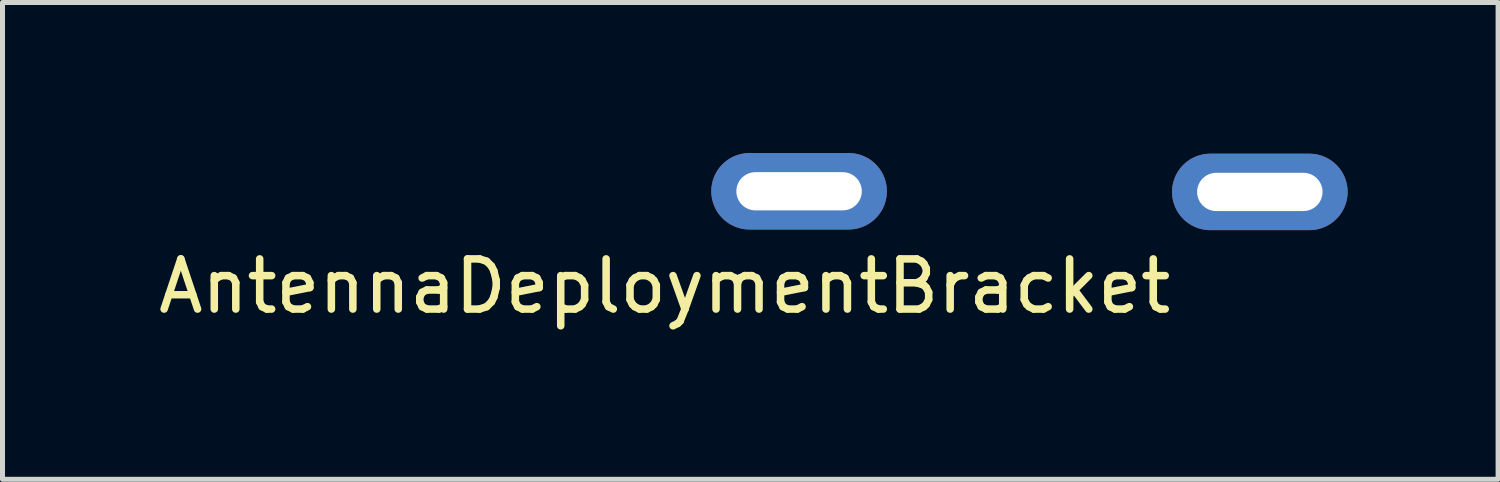
<source format=kicad_pcb>
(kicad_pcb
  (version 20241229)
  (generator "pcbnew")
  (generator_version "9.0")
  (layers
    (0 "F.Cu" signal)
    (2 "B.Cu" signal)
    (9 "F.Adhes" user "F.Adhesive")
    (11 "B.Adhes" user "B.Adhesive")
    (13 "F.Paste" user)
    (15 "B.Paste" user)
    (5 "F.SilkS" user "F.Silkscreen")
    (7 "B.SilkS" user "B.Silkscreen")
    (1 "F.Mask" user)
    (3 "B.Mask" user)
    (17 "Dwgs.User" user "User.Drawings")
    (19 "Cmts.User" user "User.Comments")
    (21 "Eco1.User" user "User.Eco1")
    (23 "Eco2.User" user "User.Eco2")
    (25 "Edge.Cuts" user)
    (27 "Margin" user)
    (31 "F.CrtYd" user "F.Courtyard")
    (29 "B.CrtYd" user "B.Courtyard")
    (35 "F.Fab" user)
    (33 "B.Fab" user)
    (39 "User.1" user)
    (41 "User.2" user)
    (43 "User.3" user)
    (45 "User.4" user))
  (footprint "AntennaDeploymentBracket"
    (layer "F.Cu")
    (at 17.639 0.737)
    (property "Reference" "AntennaDeploymentBracket" (at -7.442 1.918 0) (layer "F.SilkS") (effects (font (size 1 1) (thickness 0.15))))
    (attr through_hole)
    (pad "1" thru_hole oval (at -4.763 0.025) (size 3.5 1.524) (drill oval 2.5 0.762) (layers "*.Cu" "*.Mask"))
    (pad "2" thru_hole oval (at 4.42 0.038) (size 3.5 1.524) (drill oval 2.5 0.762) (layers "*.Cu" "*.Mask")))
  (gr_rect
    (start -3 -3)
    (end 26.808 6.503)
    (stroke (width 0.1) (type default))
    (fill no)
    (layer "Edge.Cuts")))
</source>
